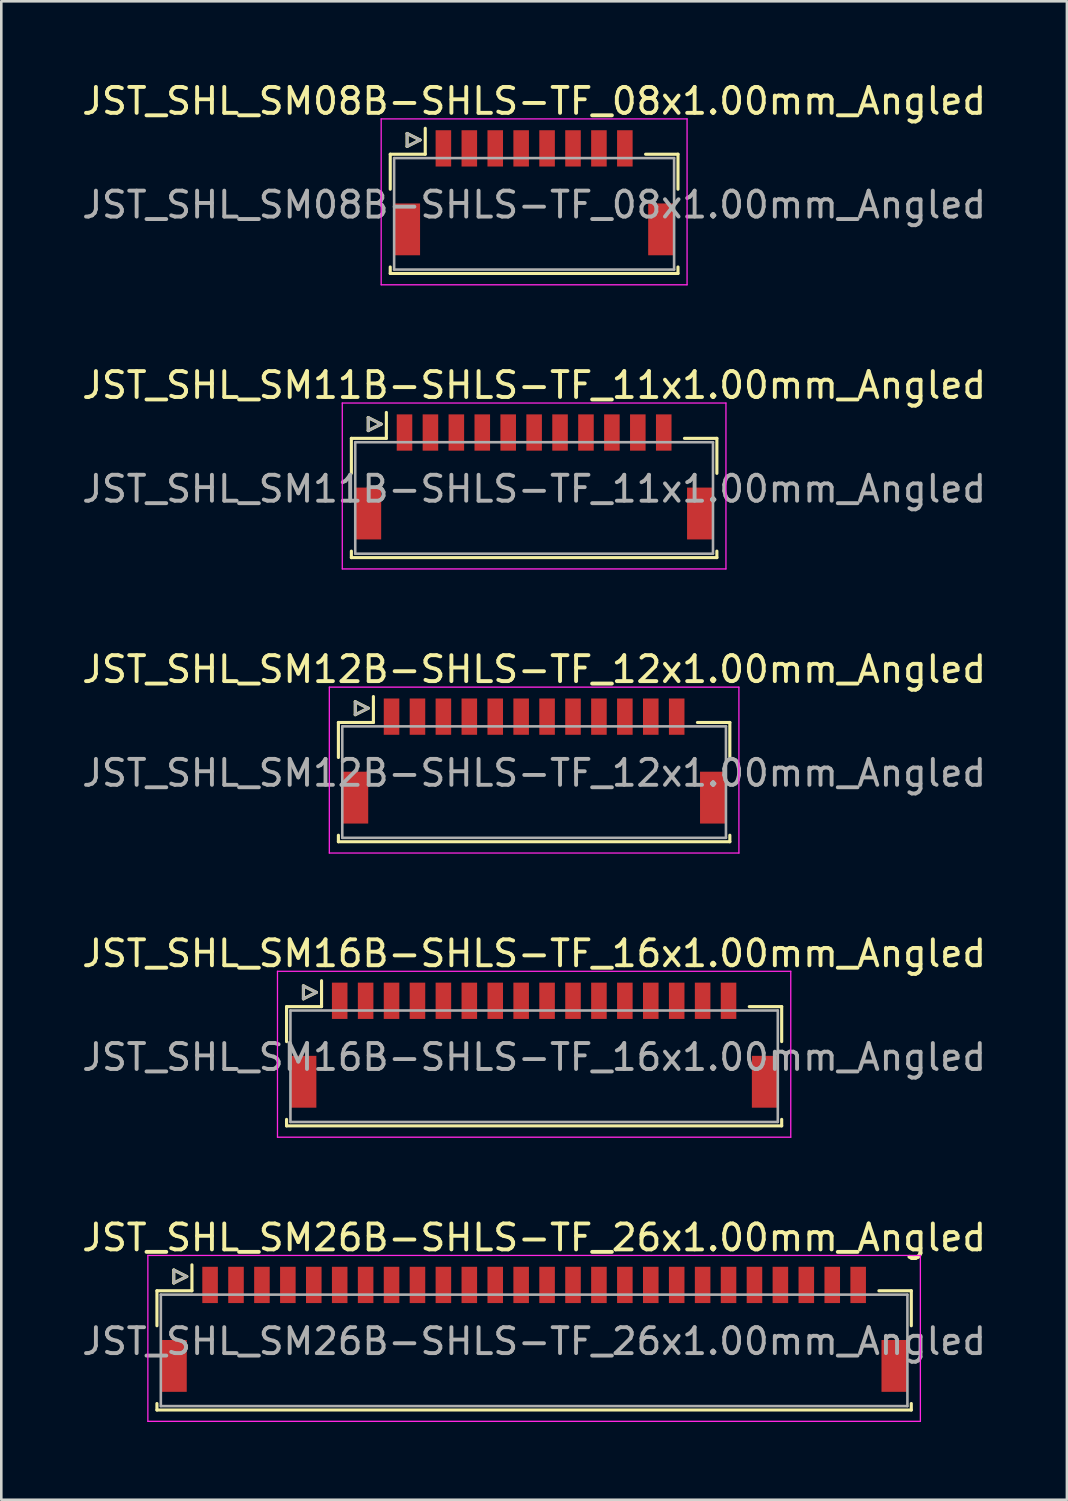
<source format=kicad_pcb>
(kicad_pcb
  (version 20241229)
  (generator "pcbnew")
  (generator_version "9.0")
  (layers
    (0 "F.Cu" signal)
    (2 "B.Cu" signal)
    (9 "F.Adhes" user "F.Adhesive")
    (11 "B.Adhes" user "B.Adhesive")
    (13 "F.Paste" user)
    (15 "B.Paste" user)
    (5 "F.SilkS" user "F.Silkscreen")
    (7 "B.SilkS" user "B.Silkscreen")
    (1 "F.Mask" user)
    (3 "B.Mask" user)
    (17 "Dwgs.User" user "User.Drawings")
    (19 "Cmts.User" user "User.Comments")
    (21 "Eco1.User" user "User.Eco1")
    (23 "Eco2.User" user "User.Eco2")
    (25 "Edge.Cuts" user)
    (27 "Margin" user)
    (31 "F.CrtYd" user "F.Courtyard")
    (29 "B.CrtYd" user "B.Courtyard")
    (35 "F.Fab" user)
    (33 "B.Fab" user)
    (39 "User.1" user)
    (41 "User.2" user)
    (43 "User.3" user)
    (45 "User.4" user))
  (footprint "JST_SHL_SM16B-SHLS-TF_16x1.00mm_Angled"
    (layer "F.Cu")
    (at 17.554 37.118)
    (property "Reference" "JST_SHL_SM16B-SHLS-TF_16x1.00mm_Angled" (at 0 -3.388 0) (layer "F.SilkS") (effects (font (size 1 1) (thickness 0.15))))
    (attr smd)
    (fp_line (start -9.55 -1.337) (end -8.2 -1.337) (stroke (width 0.12) (type solid)) (layer "F.SilkS"))
    (fp_line (start -9.55 0.013) (end -9.55 -1.337) (stroke (width 0.12) (type solid)) (layer "F.SilkS"))
    (fp_line (start -9.55 3.013) (end -9.55 3.263) (stroke (width 0.12) (type solid)) (layer "F.SilkS"))
    (fp_line (start -9.55 3.263) (end 9.55 3.263) (stroke (width 0.12) (type solid)) (layer "F.SilkS"))
    (fp_line (start -8.9 -2.138) (end -8.9 -1.637) (stroke (width 0.12) (type solid)) (layer "F.SilkS"))
    (fp_line (start -8.9 -1.637) (end -8.4 -1.887) (stroke (width 0.12) (type solid)) (layer "F.SilkS"))
    (fp_line (start -8.4 -1.887) (end -8.9 -2.138) (stroke (width 0.12) (type solid)) (layer "F.SilkS"))
    (fp_line (start -8.2 -1.337) (end -8.2 -2.337) (stroke (width 0.12) (type solid)) (layer "F.SilkS"))
    (fp_line (start 9.55 -1.337) (end 8.3 -1.337) (stroke (width 0.12) (type solid)) (layer "F.SilkS"))
    (fp_line (start 9.55 0.013) (end 9.55 -1.337) (stroke (width 0.12) (type solid)) (layer "F.SilkS"))
    (fp_line (start 9.55 3.263) (end 9.55 3.013) (stroke (width 0.12) (type solid)) (layer "F.SilkS"))
    (fp_line (start -9.9 -2.7) (end -9.9 3.7) (stroke (width 0.05) (type solid)) (layer "F.CrtYd"))
    (fp_line (start -9.9 3.7) (end 9.9 3.7) (stroke (width 0.05) (type solid)) (layer "F.CrtYd"))
    (fp_line (start 9.9 -2.7) (end -9.9 -2.7) (stroke (width 0.05) (type solid)) (layer "F.CrtYd"))
    (fp_line (start 9.9 3.7) (end 9.9 -2.7) (stroke (width 0.05) (type solid)) (layer "F.CrtYd"))
    (fp_line (start -9.4 -1.188) (end -9.4 3.112) (stroke (width 0.1) (type solid)) (layer "F.Fab"))
    (fp_line (start -9.4 3.112) (end 9.4 3.112) (stroke (width 0.1) (type solid)) (layer "F.Fab"))
    (fp_line (start -8.9 -2.138) (end -8.9 -1.637) (stroke (width 0.1) (type solid)) (layer "F.Fab"))
    (fp_line (start -8.9 -1.637) (end -8.4 -1.887) (stroke (width 0.1) (type solid)) (layer "F.Fab"))
    (fp_line (start -8.4 -1.887) (end -8.9 -2.138) (stroke (width 0.1) (type solid)) (layer "F.Fab"))
    (fp_line (start 9.4 -1.188) (end -9.4 -1.188) (stroke (width 0.1) (type solid)) (layer "F.Fab"))
    (fp_line (start 9.4 3.112) (end 9.4 -1.188) (stroke (width 0.1) (type solid)) (layer "F.Fab"))
    (fp_text user "${REFERENCE}" (at 0 0.613 0) (layer "F.Fab") (effects (font (size 1 1) (thickness 0.15))))
    (pad "" smd rect (at -8.9 1.562) (size 1 2) (layers "F.Cu" "F.Mask" "F.Paste"))
    (pad "" smd rect (at 8.9 1.562) (size 1 2) (layers "F.Cu" "F.Mask" "F.Paste"))
    (pad "1" smd rect (at -7.5 -1.562) (size 0.6 1.4) (layers "F.Cu" "F.Mask" "F.Paste"))
    (pad "2" smd rect (at -6.5 -1.562) (size 0.6 1.4) (layers "F.Cu" "F.Mask" "F.Paste"))
    (pad "3" smd rect (at -5.5 -1.562) (size 0.6 1.4) (layers "F.Cu" "F.Mask" "F.Paste"))
    (pad "4" smd rect (at -4.5 -1.562) (size 0.6 1.4) (layers "F.Cu" "F.Mask" "F.Paste"))
    (pad "5" smd rect (at -3.5 -1.562) (size 0.6 1.4) (layers "F.Cu" "F.Mask" "F.Paste"))
    (pad "6" smd rect (at -2.5 -1.562) (size 0.6 1.4) (layers "F.Cu" "F.Mask" "F.Paste"))
    (pad "7" smd rect (at -1.5 -1.562) (size 0.6 1.4) (layers "F.Cu" "F.Mask" "F.Paste"))
    (pad "8" smd rect (at -0.5 -1.562) (size 0.6 1.4) (layers "F.Cu" "F.Mask" "F.Paste"))
    (pad "9" smd rect (at 0.5 -1.562) (size 0.6 1.4) (layers "F.Cu" "F.Mask" "F.Paste"))
    (pad "10" smd rect (at 1.5 -1.562) (size 0.6 1.4) (layers "F.Cu" "F.Mask" "F.Paste"))
    (pad "11" smd rect (at 2.5 -1.562) (size 0.6 1.4) (layers "F.Cu" "F.Mask" "F.Paste"))
    (pad "12" smd rect (at 3.5 -1.562) (size 0.6 1.4) (layers "F.Cu" "F.Mask" "F.Paste"))
    (pad "13" smd rect (at 4.5 -1.562) (size 0.6 1.4) (layers "F.Cu" "F.Mask" "F.Paste"))
    (pad "14" smd rect (at 5.5 -1.562) (size 0.6 1.4) (layers "F.Cu" "F.Mask" "F.Paste"))
    (pad "15" smd rect (at 6.5 -1.562) (size 0.6 1.4) (layers "F.Cu" "F.Mask" "F.Paste"))
    (pad "16" smd rect (at 7.5 -1.562) (size 0.6 1.4) (layers "F.Cu" "F.Mask" "F.Paste")))
  (footprint "JST_SHL_SM12B-SHLS-TF_12x1.00mm_Angled"
    (layer "F.Cu")
    (at 17.554 26.157)
    (property "Reference" "JST_SHL_SM12B-SHLS-TF_12x1.00mm_Angled" (at 0 -3.388 0) (layer "F.SilkS") (effects (font (size 1 1) (thickness 0.15))))
    (attr smd)
    (fp_line (start -7.55 -1.337) (end -6.2 -1.337) (stroke (width 0.12) (type solid)) (layer "F.SilkS"))
    (fp_line (start -7.55 0.013) (end -7.55 -1.337) (stroke (width 0.12) (type solid)) (layer "F.SilkS"))
    (fp_line (start -7.55 3.013) (end -7.55 3.263) (stroke (width 0.12) (type solid)) (layer "F.SilkS"))
    (fp_line (start -7.55 3.263) (end 7.55 3.263) (stroke (width 0.12) (type solid)) (layer "F.SilkS"))
    (fp_line (start -6.9 -2.138) (end -6.9 -1.637) (stroke (width 0.12) (type solid)) (layer "F.SilkS"))
    (fp_line (start -6.9 -1.637) (end -6.4 -1.887) (stroke (width 0.12) (type solid)) (layer "F.SilkS"))
    (fp_line (start -6.4 -1.887) (end -6.9 -2.138) (stroke (width 0.12) (type solid)) (layer "F.SilkS"))
    (fp_line (start -6.2 -1.337) (end -6.2 -2.337) (stroke (width 0.12) (type solid)) (layer "F.SilkS"))
    (fp_line (start 7.55 -1.337) (end 6.3 -1.337) (stroke (width 0.12) (type solid)) (layer "F.SilkS"))
    (fp_line (start 7.55 0.013) (end 7.55 -1.337) (stroke (width 0.12) (type solid)) (layer "F.SilkS"))
    (fp_line (start 7.55 3.263) (end 7.55 3.013) (stroke (width 0.12) (type solid)) (layer "F.SilkS"))
    (fp_line (start -7.9 -2.7) (end -7.9 3.7) (stroke (width 0.05) (type solid)) (layer "F.CrtYd"))
    (fp_line (start -7.9 3.7) (end 7.9 3.7) (stroke (width 0.05) (type solid)) (layer "F.CrtYd"))
    (fp_line (start 7.9 -2.7) (end -7.9 -2.7) (stroke (width 0.05) (type solid)) (layer "F.CrtYd"))
    (fp_line (start 7.9 3.7) (end 7.9 -2.7) (stroke (width 0.05) (type solid)) (layer "F.CrtYd"))
    (fp_line (start -7.4 -1.188) (end -7.4 3.112) (stroke (width 0.1) (type solid)) (layer "F.Fab"))
    (fp_line (start -7.4 3.112) (end 7.4 3.112) (stroke (width 0.1) (type solid)) (layer "F.Fab"))
    (fp_line (start -6.9 -2.138) (end -6.9 -1.637) (stroke (width 0.1) (type solid)) (layer "F.Fab"))
    (fp_line (start -6.9 -1.637) (end -6.4 -1.887) (stroke (width 0.1) (type solid)) (layer "F.Fab"))
    (fp_line (start -6.4 -1.887) (end -6.9 -2.138) (stroke (width 0.1) (type solid)) (layer "F.Fab"))
    (fp_line (start 7.4 -1.188) (end -7.4 -1.188) (stroke (width 0.1) (type solid)) (layer "F.Fab"))
    (fp_line (start 7.4 3.112) (end 7.4 -1.188) (stroke (width 0.1) (type solid)) (layer "F.Fab"))
    (fp_text user "${REFERENCE}" (at 0 0.613 0) (layer "F.Fab") (effects (font (size 1 1) (thickness 0.15))))
    (pad "" smd rect (at -6.9 1.562) (size 1 2) (layers "F.Cu" "F.Mask" "F.Paste"))
    (pad "" smd rect (at 6.9 1.562) (size 1 2) (layers "F.Cu" "F.Mask" "F.Paste"))
    (pad "1" smd rect (at -5.5 -1.562) (size 0.6 1.4) (layers "F.Cu" "F.Mask" "F.Paste"))
    (pad "2" smd rect (at -4.5 -1.562) (size 0.6 1.4) (layers "F.Cu" "F.Mask" "F.Paste"))
    (pad "3" smd rect (at -3.5 -1.562) (size 0.6 1.4) (layers "F.Cu" "F.Mask" "F.Paste"))
    (pad "4" smd rect (at -2.5 -1.562) (size 0.6 1.4) (layers "F.Cu" "F.Mask" "F.Paste"))
    (pad "5" smd rect (at -1.5 -1.562) (size 0.6 1.4) (layers "F.Cu" "F.Mask" "F.Paste"))
    (pad "6" smd rect (at -0.5 -1.562) (size 0.6 1.4) (layers "F.Cu" "F.Mask" "F.Paste"))
    (pad "7" smd rect (at 0.5 -1.562) (size 0.6 1.4) (layers "F.Cu" "F.Mask" "F.Paste"))
    (pad "8" smd rect (at 1.5 -1.562) (size 0.6 1.4) (layers "F.Cu" "F.Mask" "F.Paste"))
    (pad "9" smd rect (at 2.5 -1.562) (size 0.6 1.4) (layers "F.Cu" "F.Mask" "F.Paste"))
    (pad "10" smd rect (at 3.5 -1.562) (size 0.6 1.4) (layers "F.Cu" "F.Mask" "F.Paste"))
    (pad "11" smd rect (at 4.5 -1.562) (size 0.6 1.4) (layers "F.Cu" "F.Mask" "F.Paste"))
    (pad "12" smd rect (at 5.5 -1.562) (size 0.6 1.4) (layers "F.Cu" "F.Mask" "F.Paste")))
  (footprint "JST_SHL_SM11B-SHLS-TF_11x1.00mm_Angled"
    (layer "F.Cu")
    (at 17.554 15.197)
    (property "Reference" "JST_SHL_SM11B-SHLS-TF_11x1.00mm_Angled" (at 0 -3.388 0) (layer "F.SilkS") (effects (font (size 1 1) (thickness 0.15))))
    (attr smd)
    (fp_line (start -7.05 -1.337) (end -5.7 -1.337) (stroke (width 0.12) (type solid)) (layer "F.SilkS"))
    (fp_line (start -7.05 0.013) (end -7.05 -1.337) (stroke (width 0.12) (type solid)) (layer "F.SilkS"))
    (fp_line (start -7.05 3.013) (end -7.05 3.263) (stroke (width 0.12) (type solid)) (layer "F.SilkS"))
    (fp_line (start -7.05 3.263) (end 7.05 3.263) (stroke (width 0.12) (type solid)) (layer "F.SilkS"))
    (fp_line (start -6.4 -2.138) (end -6.4 -1.637) (stroke (width 0.12) (type solid)) (layer "F.SilkS"))
    (fp_line (start -6.4 -1.637) (end -5.9 -1.887) (stroke (width 0.12) (type solid)) (layer "F.SilkS"))
    (fp_line (start -5.9 -1.887) (end -6.4 -2.138) (stroke (width 0.12) (type solid)) (layer "F.SilkS"))
    (fp_line (start -5.7 -1.337) (end -5.7 -2.337) (stroke (width 0.12) (type solid)) (layer "F.SilkS"))
    (fp_line (start 7.05 -1.337) (end 5.8 -1.337) (stroke (width 0.12) (type solid)) (layer "F.SilkS"))
    (fp_line (start 7.05 0.013) (end 7.05 -1.337) (stroke (width 0.12) (type solid)) (layer "F.SilkS"))
    (fp_line (start 7.05 3.263) (end 7.05 3.013) (stroke (width 0.12) (type solid)) (layer "F.SilkS"))
    (fp_line (start -7.4 -2.7) (end -7.4 3.7) (stroke (width 0.05) (type solid)) (layer "F.CrtYd"))
    (fp_line (start -7.4 3.7) (end 7.4 3.7) (stroke (width 0.05) (type solid)) (layer "F.CrtYd"))
    (fp_line (start 7.4 -2.7) (end -7.4 -2.7) (stroke (width 0.05) (type solid)) (layer "F.CrtYd"))
    (fp_line (start 7.4 3.7) (end 7.4 -2.7) (stroke (width 0.05) (type solid)) (layer "F.CrtYd"))
    (fp_line (start -6.9 -1.188) (end -6.9 3.112) (stroke (width 0.1) (type solid)) (layer "F.Fab"))
    (fp_line (start -6.9 3.112) (end 6.9 3.112) (stroke (width 0.1) (type solid)) (layer "F.Fab"))
    (fp_line (start -6.4 -2.138) (end -6.4 -1.637) (stroke (width 0.1) (type solid)) (layer "F.Fab"))
    (fp_line (start -6.4 -1.637) (end -5.9 -1.887) (stroke (width 0.1) (type solid)) (layer "F.Fab"))
    (fp_line (start -5.9 -1.887) (end -6.4 -2.138) (stroke (width 0.1) (type solid)) (layer "F.Fab"))
    (fp_line (start 6.9 -1.188) (end -6.9 -1.188) (stroke (width 0.1) (type solid)) (layer "F.Fab"))
    (fp_line (start 6.9 3.112) (end 6.9 -1.188) (stroke (width 0.1) (type solid)) (layer "F.Fab"))
    (fp_text user "${REFERENCE}" (at 0 0.613 0) (layer "F.Fab") (effects (font (size 1 1) (thickness 0.15))))
    (pad "" smd rect (at -6.4 1.562) (size 1 2) (layers "F.Cu" "F.Mask" "F.Paste"))
    (pad "" smd rect (at 6.4 1.562) (size 1 2) (layers "F.Cu" "F.Mask" "F.Paste"))
    (pad "1" smd rect (at -5 -1.562) (size 0.6 1.4) (layers "F.Cu" "F.Mask" "F.Paste"))
    (pad "2" smd rect (at -4 -1.562) (size 0.6 1.4) (layers "F.Cu" "F.Mask" "F.Paste"))
    (pad "3" smd rect (at -3 -1.562) (size 0.6 1.4) (layers "F.Cu" "F.Mask" "F.Paste"))
    (pad "4" smd rect (at -2 -1.562) (size 0.6 1.4) (layers "F.Cu" "F.Mask" "F.Paste"))
    (pad "5" smd rect (at -1 -1.562) (size 0.6 1.4) (layers "F.Cu" "F.Mask" "F.Paste"))
    (pad "6" smd rect (at 0 -1.562) (size 0.6 1.4) (layers "F.Cu" "F.Mask" "F.Paste"))
    (pad "7" smd rect (at 1 -1.562) (size 0.6 1.4) (layers "F.Cu" "F.Mask" "F.Paste"))
    (pad "8" smd rect (at 2 -1.562) (size 0.6 1.4) (layers "F.Cu" "F.Mask" "F.Paste"))
    (pad "9" smd rect (at 3 -1.562) (size 0.6 1.4) (layers "F.Cu" "F.Mask" "F.Paste"))
    (pad "10" smd rect (at 4 -1.562) (size 0.6 1.4) (layers "F.Cu" "F.Mask" "F.Paste"))
    (pad "11" smd rect (at 5 -1.562) (size 0.6 1.4) (layers "F.Cu" "F.Mask" "F.Paste")))
  (footprint "JST_SHL_SM08B-SHLS-TF_08x1.00mm_Angled"
    (layer "F.Cu")
    (at 17.554 4.236)
    (property "Reference" "JST_SHL_SM08B-SHLS-TF_08x1.00mm_Angled" (at 0 -3.388 0) (layer "F.SilkS") (effects (font (size 1 1) (thickness 0.15))))
    (attr smd)
    (fp_line (start -5.55 -1.337) (end -4.2 -1.337) (stroke (width 0.12) (type solid)) (layer "F.SilkS"))
    (fp_line (start -5.55 0.013) (end -5.55 -1.337) (stroke (width 0.12) (type solid)) (layer "F.SilkS"))
    (fp_line (start -5.55 3.013) (end -5.55 3.263) (stroke (width 0.12) (type solid)) (layer "F.SilkS"))
    (fp_line (start -5.55 3.263) (end 5.55 3.263) (stroke (width 0.12) (type solid)) (layer "F.SilkS"))
    (fp_line (start -4.9 -2.138) (end -4.9 -1.637) (stroke (width 0.12) (type solid)) (layer "F.SilkS"))
    (fp_line (start -4.9 -1.637) (end -4.4 -1.887) (stroke (width 0.12) (type solid)) (layer "F.SilkS"))
    (fp_line (start -4.4 -1.887) (end -4.9 -2.138) (stroke (width 0.12) (type solid)) (layer "F.SilkS"))
    (fp_line (start -4.2 -1.337) (end -4.2 -2.337) (stroke (width 0.12) (type solid)) (layer "F.SilkS"))
    (fp_line (start 5.55 -1.337) (end 4.3 -1.337) (stroke (width 0.12) (type solid)) (layer "F.SilkS"))
    (fp_line (start 5.55 0.013) (end 5.55 -1.337) (stroke (width 0.12) (type solid)) (layer "F.SilkS"))
    (fp_line (start 5.55 3.263) (end 5.55 3.013) (stroke (width 0.12) (type solid)) (layer "F.SilkS"))
    (fp_line (start -5.9 -2.7) (end -5.9 3.7) (stroke (width 0.05) (type solid)) (layer "F.CrtYd"))
    (fp_line (start -5.9 3.7) (end 5.9 3.7) (stroke (width 0.05) (type solid)) (layer "F.CrtYd"))
    (fp_line (start 5.9 -2.7) (end -5.9 -2.7) (stroke (width 0.05) (type solid)) (layer "F.CrtYd"))
    (fp_line (start 5.9 3.7) (end 5.9 -2.7) (stroke (width 0.05) (type solid)) (layer "F.CrtYd"))
    (fp_line (start -5.4 -1.188) (end -5.4 3.112) (stroke (width 0.1) (type solid)) (layer "F.Fab"))
    (fp_line (start -5.4 3.112) (end 5.4 3.112) (stroke (width 0.1) (type solid)) (layer "F.Fab"))
    (fp_line (start -4.9 -2.138) (end -4.9 -1.637) (stroke (width 0.1) (type solid)) (layer "F.Fab"))
    (fp_line (start -4.9 -1.637) (end -4.4 -1.887) (stroke (width 0.1) (type solid)) (layer "F.Fab"))
    (fp_line (start -4.4 -1.887) (end -4.9 -2.138) (stroke (width 0.1) (type solid)) (layer "F.Fab"))
    (fp_line (start 5.4 -1.188) (end -5.4 -1.188) (stroke (width 0.1) (type solid)) (layer "F.Fab"))
    (fp_line (start 5.4 3.112) (end 5.4 -1.188) (stroke (width 0.1) (type solid)) (layer "F.Fab"))
    (fp_text user "${REFERENCE}" (at 0 0.613 0) (layer "F.Fab") (effects (font (size 1 1) (thickness 0.15))))
    (pad "" smd rect (at -4.9 1.562) (size 1 2) (layers "F.Cu" "F.Mask" "F.Paste"))
    (pad "" smd rect (at 4.9 1.562) (size 1 2) (layers "F.Cu" "F.Mask" "F.Paste"))
    (pad "1" smd rect (at -3.5 -1.562) (size 0.6 1.4) (layers "F.Cu" "F.Mask" "F.Paste"))
    (pad "2" smd rect (at -2.5 -1.562) (size 0.6 1.4) (layers "F.Cu" "F.Mask" "F.Paste"))
    (pad "3" smd rect (at -1.5 -1.562) (size 0.6 1.4) (layers "F.Cu" "F.Mask" "F.Paste"))
    (pad "4" smd rect (at -0.5 -1.562) (size 0.6 1.4) (layers "F.Cu" "F.Mask" "F.Paste"))
    (pad "5" smd rect (at 0.5 -1.562) (size 0.6 1.4) (layers "F.Cu" "F.Mask" "F.Paste"))
    (pad "6" smd rect (at 1.5 -1.562) (size 0.6 1.4) (layers "F.Cu" "F.Mask" "F.Paste"))
    (pad "7" smd rect (at 2.5 -1.562) (size 0.6 1.4) (layers "F.Cu" "F.Mask" "F.Paste"))
    (pad "8" smd rect (at 3.5 -1.562) (size 0.6 1.4) (layers "F.Cu" "F.Mask" "F.Paste")))
  (footprint "JST_SHL_SM26B-SHLS-TF_26x1.00mm_Angled"
    (layer "F.Cu")
    (at 17.554 48.079)
    (property "Reference" "JST_SHL_SM26B-SHLS-TF_26x1.00mm_Angled" (at 0 -3.388 0) (layer "F.SilkS") (effects (font (size 1 1) (thickness 0.15))))
    (attr smd)
    (fp_line (start -14.55 -1.337) (end -13.2 -1.337) (stroke (width 0.12) (type solid)) (layer "F.SilkS"))
    (fp_line (start -14.55 0.013) (end -14.55 -1.337) (stroke (width 0.12) (type solid)) (layer "F.SilkS"))
    (fp_line (start -14.55 3.013) (end -14.55 3.263) (stroke (width 0.12) (type solid)) (layer "F.SilkS"))
    (fp_line (start -14.55 3.263) (end 14.55 3.263) (stroke (width 0.12) (type solid)) (layer "F.SilkS"))
    (fp_line (start -13.9 -2.138) (end -13.9 -1.637) (stroke (width 0.12) (type solid)) (layer "F.SilkS"))
    (fp_line (start -13.9 -1.637) (end -13.4 -1.887) (stroke (width 0.12) (type solid)) (layer "F.SilkS"))
    (fp_line (start -13.4 -1.887) (end -13.9 -2.138) (stroke (width 0.12) (type solid)) (layer "F.SilkS"))
    (fp_line (start -13.2 -1.337) (end -13.2 -2.337) (stroke (width 0.12) (type solid)) (layer "F.SilkS"))
    (fp_line (start 14.55 -1.337) (end 13.3 -1.337) (stroke (width 0.12) (type solid)) (layer "F.SilkS"))
    (fp_line (start 14.55 0.013) (end 14.55 -1.337) (stroke (width 0.12) (type solid)) (layer "F.SilkS"))
    (fp_line (start 14.55 3.263) (end 14.55 3.013) (stroke (width 0.12) (type solid)) (layer "F.SilkS"))
    (fp_line (start -14.9 -2.7) (end -14.9 3.7) (stroke (width 0.05) (type solid)) (layer "F.CrtYd"))
    (fp_line (start -14.9 3.7) (end 14.9 3.7) (stroke (width 0.05) (type solid)) (layer "F.CrtYd"))
    (fp_line (start 14.9 -2.7) (end -14.9 -2.7) (stroke (width 0.05) (type solid)) (layer "F.CrtYd"))
    (fp_line (start 14.9 3.7) (end 14.9 -2.7) (stroke (width 0.05) (type solid)) (layer "F.CrtYd"))
    (fp_line (start -14.4 -1.188) (end -14.4 3.112) (stroke (width 0.1) (type solid)) (layer "F.Fab"))
    (fp_line (start -14.4 3.112) (end 14.4 3.112) (stroke (width 0.1) (type solid)) (layer "F.Fab"))
    (fp_line (start -13.9 -2.138) (end -13.9 -1.637) (stroke (width 0.1) (type solid)) (layer "F.Fab"))
    (fp_line (start -13.9 -1.637) (end -13.4 -1.887) (stroke (width 0.1) (type solid)) (layer "F.Fab"))
    (fp_line (start -13.4 -1.887) (end -13.9 -2.138) (stroke (width 0.1) (type solid)) (layer "F.Fab"))
    (fp_line (start 14.4 -1.188) (end -14.4 -1.188) (stroke (width 0.1) (type solid)) (layer "F.Fab"))
    (fp_line (start 14.4 3.112) (end 14.4 -1.188) (stroke (width 0.1) (type solid)) (layer "F.Fab"))
    (fp_text user "${REFERENCE}" (at 0 0.613 0) (layer "F.Fab") (effects (font (size 1 1) (thickness 0.15))))
    (pad "" smd rect (at -13.9 1.562) (size 1 2) (layers "F.Cu" "F.Mask" "F.Paste"))
    (pad "" smd rect (at 13.9 1.562) (size 1 2) (layers "F.Cu" "F.Mask" "F.Paste"))
    (pad "1" smd rect (at -12.5 -1.562) (size 0.6 1.4) (layers "F.Cu" "F.Mask" "F.Paste"))
    (pad "2" smd rect (at -11.5 -1.562) (size 0.6 1.4) (layers "F.Cu" "F.Mask" "F.Paste"))
    (pad "3" smd rect (at -10.5 -1.562) (size 0.6 1.4) (layers "F.Cu" "F.Mask" "F.Paste"))
    (pad "4" smd rect (at -9.5 -1.562) (size 0.6 1.4) (layers "F.Cu" "F.Mask" "F.Paste"))
    (pad "5" smd rect (at -8.5 -1.562) (size 0.6 1.4) (layers "F.Cu" "F.Mask" "F.Paste"))
    (pad "6" smd rect (at -7.5 -1.562) (size 0.6 1.4) (layers "F.Cu" "F.Mask" "F.Paste"))
    (pad "7" smd rect (at -6.5 -1.562) (size 0.6 1.4) (layers "F.Cu" "F.Mask" "F.Paste"))
    (pad "8" smd rect (at -5.5 -1.562) (size 0.6 1.4) (layers "F.Cu" "F.Mask" "F.Paste"))
    (pad "9" smd rect (at -4.5 -1.562) (size 0.6 1.4) (layers "F.Cu" "F.Mask" "F.Paste"))
    (pad "10" smd rect (at -3.5 -1.562) (size 0.6 1.4) (layers "F.Cu" "F.Mask" "F.Paste"))
    (pad "11" smd rect (at -2.5 -1.562) (size 0.6 1.4) (layers "F.Cu" "F.Mask" "F.Paste"))
    (pad "12" smd rect (at -1.5 -1.562) (size 0.6 1.4) (layers "F.Cu" "F.Mask" "F.Paste"))
    (pad "13" smd rect (at -0.5 -1.562) (size 0.6 1.4) (layers "F.Cu" "F.Mask" "F.Paste"))
    (pad "14" smd rect (at 0.5 -1.562) (size 0.6 1.4) (layers "F.Cu" "F.Mask" "F.Paste"))
    (pad "15" smd rect (at 1.5 -1.562) (size 0.6 1.4) (layers "F.Cu" "F.Mask" "F.Paste"))
    (pad "16" smd rect (at 2.5 -1.562) (size 0.6 1.4) (layers "F.Cu" "F.Mask" "F.Paste"))
    (pad "17" smd rect (at 3.5 -1.562) (size 0.6 1.4) (layers "F.Cu" "F.Mask" "F.Paste"))
    (pad "18" smd rect (at 4.5 -1.562) (size 0.6 1.4) (layers "F.Cu" "F.Mask" "F.Paste"))
    (pad "19" smd rect (at 5.5 -1.562) (size 0.6 1.4) (layers "F.Cu" "F.Mask" "F.Paste"))
    (pad "20" smd rect (at 6.5 -1.562) (size 0.6 1.4) (layers "F.Cu" "F.Mask" "F.Paste"))
    (pad "21" smd rect (at 7.5 -1.562) (size 0.6 1.4) (layers "F.Cu" "F.Mask" "F.Paste"))
    (pad "22" smd rect (at 8.5 -1.562) (size 0.6 1.4) (layers "F.Cu" "F.Mask" "F.Paste"))
    (pad "23" smd rect (at 9.5 -1.562) (size 0.6 1.4) (layers "F.Cu" "F.Mask" "F.Paste"))
    (pad "24" smd rect (at 10.5 -1.562) (size 0.6 1.4) (layers "F.Cu" "F.Mask" "F.Paste"))
    (pad "25" smd rect (at 11.5 -1.562) (size 0.6 1.4) (layers "F.Cu" "F.Mask" "F.Paste"))
    (pad "26" smd rect (at 12.5 -1.562) (size 0.6 1.4) (layers "F.Cu" "F.Mask" "F.Paste")))
  (gr_rect
    (start -3 -3)
    (end 38.107 54.804)
    (stroke (width 0.1) (type default))
    (fill no)
    (layer "Edge.Cuts")))
</source>
